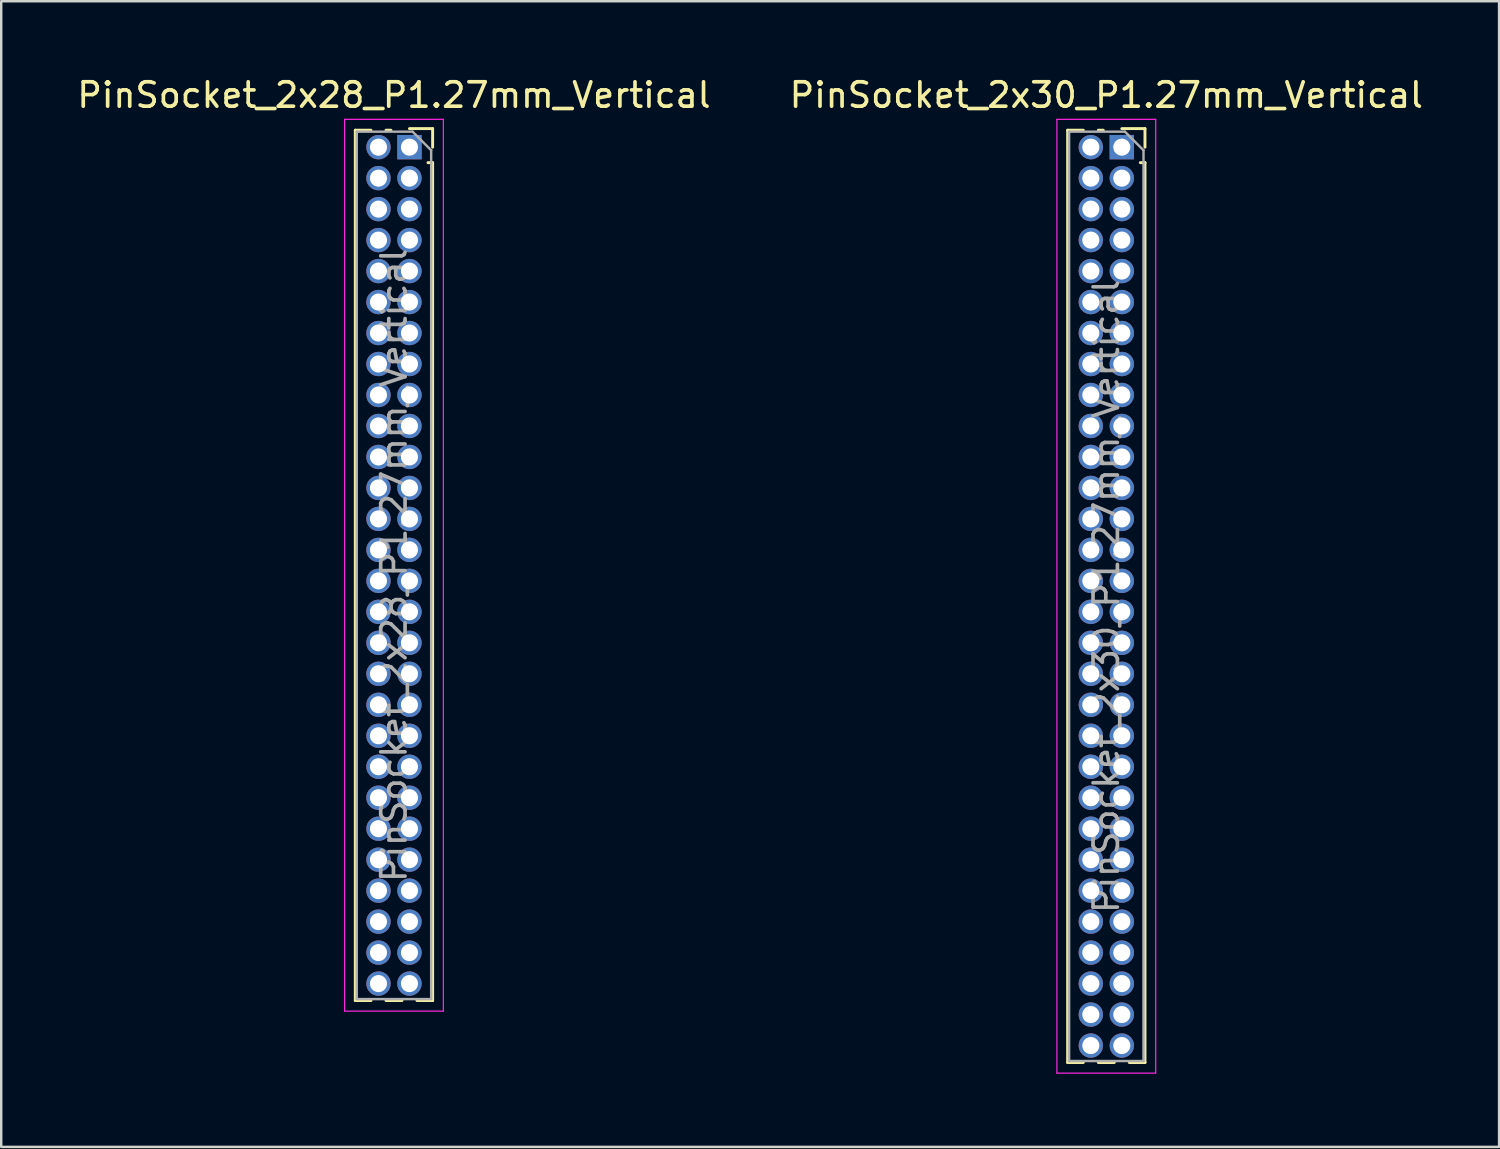
<source format=kicad_pcb>
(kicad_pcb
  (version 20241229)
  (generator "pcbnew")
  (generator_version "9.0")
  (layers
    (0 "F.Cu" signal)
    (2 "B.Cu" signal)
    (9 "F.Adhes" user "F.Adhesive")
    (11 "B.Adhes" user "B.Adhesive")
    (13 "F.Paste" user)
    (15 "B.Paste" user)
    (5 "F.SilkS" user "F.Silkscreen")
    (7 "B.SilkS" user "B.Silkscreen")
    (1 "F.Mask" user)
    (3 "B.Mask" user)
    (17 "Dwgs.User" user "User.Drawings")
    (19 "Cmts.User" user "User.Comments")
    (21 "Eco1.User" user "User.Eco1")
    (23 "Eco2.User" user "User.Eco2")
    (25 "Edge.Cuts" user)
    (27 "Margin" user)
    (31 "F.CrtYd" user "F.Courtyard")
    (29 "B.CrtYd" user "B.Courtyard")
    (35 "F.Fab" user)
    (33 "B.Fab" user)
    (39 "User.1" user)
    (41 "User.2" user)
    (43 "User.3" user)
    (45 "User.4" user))
  (footprint "PinSocket_2x28_P1.27mm_Vertical"
    (layer "F.Cu")
    (at 13.736 2.983)
    (property "Reference" "PinSocket_2x28_P1.27mm_Vertical" (at -0.635 -2.135 0) (layer "F.SilkS") (effects (font (size 1 1) (thickness 0.15))))
    (attr through_hole)
    (fp_line (start -2.22 -0.695) (end -2.22 34.985) (stroke (width 0.12) (type solid)) (layer "F.SilkS"))
    (fp_line (start -2.22 -0.695) (end -1.578 -0.695) (stroke (width 0.12) (type solid)) (layer "F.SilkS"))
    (fp_line (start -2.22 34.985) (end -1.578 34.985) (stroke (width 0.12) (type solid)) (layer "F.SilkS"))
    (fp_line (start -0.962 -0.695) (end -0.76 -0.695) (stroke (width 0.12) (type solid)) (layer "F.SilkS"))
    (fp_line (start -0.962 34.985) (end -0.308 34.985) (stroke (width 0.12) (type solid)) (layer "F.SilkS"))
    (fp_line (start 0 -0.76) (end 0.95 -0.76) (stroke (width 0.12) (type solid)) (layer "F.SilkS"))
    (fp_line (start 0.308 34.985) (end 0.95 34.985) (stroke (width 0.12) (type solid)) (layer "F.SilkS"))
    (fp_line (start 0.76 0.635) (end 0.95 0.635) (stroke (width 0.12) (type solid)) (layer "F.SilkS"))
    (fp_line (start 0.95 -0.76) (end 0.95 0) (stroke (width 0.12) (type solid)) (layer "F.SilkS"))
    (fp_line (start 0.95 0.635) (end 0.95 34.985) (stroke (width 0.12) (type solid)) (layer "F.SilkS"))
    (fp_line (start -2.66 -1.14) (end 1.39 -1.14) (stroke (width 0.05) (type solid)) (layer "F.CrtYd"))
    (fp_line (start -2.66 35.42) (end -2.66 -1.14) (stroke (width 0.05) (type solid)) (layer "F.CrtYd"))
    (fp_line (start 1.39 -1.14) (end 1.39 35.42) (stroke (width 0.05) (type solid)) (layer "F.CrtYd"))
    (fp_line (start 1.39 35.42) (end -2.66 35.42) (stroke (width 0.05) (type solid)) (layer "F.CrtYd"))
    (fp_line (start -2.16 -0.635) (end 0.128 -0.635) (stroke (width 0.1) (type solid)) (layer "F.Fab"))
    (fp_line (start -2.16 34.925) (end -2.16 -0.635) (stroke (width 0.1) (type solid)) (layer "F.Fab"))
    (fp_line (start 0.128 -0.635) (end 0.89 0.127) (stroke (width 0.1) (type solid)) (layer "F.Fab"))
    (fp_line (start 0.89 0.127) (end 0.89 34.925) (stroke (width 0.1) (type solid)) (layer "F.Fab"))
    (fp_line (start 0.89 34.925) (end -2.16 34.925) (stroke (width 0.1) (type solid)) (layer "F.Fab"))
    (fp_text user "${REFERENCE}" (at -0.635 17.145 90) (layer "F.Fab") (effects (font (size 1 1) (thickness 0.15))))
    (pad "1" thru_hole rect (at 0 0) (size 1 1) (drill 0.7) (layers "*.Cu" "*.Mask"))
    (pad "2" thru_hole circle (at -1.27 0) (size 1 1) (drill 0.7) (layers "*.Cu" "*.Mask"))
    (pad "3" thru_hole circle (at 0 1.27) (size 1 1) (drill 0.7) (layers "*.Cu" "*.Mask"))
    (pad "4" thru_hole circle (at -1.27 1.27) (size 1 1) (drill 0.7) (layers "*.Cu" "*.Mask"))
    (pad "5" thru_hole circle (at 0 2.54) (size 1 1) (drill 0.7) (layers "*.Cu" "*.Mask"))
    (pad "6" thru_hole circle (at -1.27 2.54) (size 1 1) (drill 0.7) (layers "*.Cu" "*.Mask"))
    (pad "7" thru_hole circle (at 0 3.81) (size 1 1) (drill 0.7) (layers "*.Cu" "*.Mask"))
    (pad "8" thru_hole circle (at -1.27 3.81) (size 1 1) (drill 0.7) (layers "*.Cu" "*.Mask"))
    (pad "9" thru_hole circle (at 0 5.08) (size 1 1) (drill 0.7) (layers "*.Cu" "*.Mask"))
    (pad "10" thru_hole circle (at -1.27 5.08) (size 1 1) (drill 0.7) (layers "*.Cu" "*.Mask"))
    (pad "11" thru_hole circle (at 0 6.35) (size 1 1) (drill 0.7) (layers "*.Cu" "*.Mask"))
    (pad "12" thru_hole circle (at -1.27 6.35) (size 1 1) (drill 0.7) (layers "*.Cu" "*.Mask"))
    (pad "13" thru_hole circle (at 0 7.62) (size 1 1) (drill 0.7) (layers "*.Cu" "*.Mask"))
    (pad "14" thru_hole circle (at -1.27 7.62) (size 1 1) (drill 0.7) (layers "*.Cu" "*.Mask"))
    (pad "15" thru_hole circle (at 0 8.89) (size 1 1) (drill 0.7) (layers "*.Cu" "*.Mask"))
    (pad "16" thru_hole circle (at -1.27 8.89) (size 1 1) (drill 0.7) (layers "*.Cu" "*.Mask"))
    (pad "17" thru_hole circle (at 0 10.16) (size 1 1) (drill 0.7) (layers "*.Cu" "*.Mask"))
    (pad "18" thru_hole circle (at -1.27 10.16) (size 1 1) (drill 0.7) (layers "*.Cu" "*.Mask"))
    (pad "19" thru_hole circle (at 0 11.43) (size 1 1) (drill 0.7) (layers "*.Cu" "*.Mask"))
    (pad "20" thru_hole circle (at -1.27 11.43) (size 1 1) (drill 0.7) (layers "*.Cu" "*.Mask"))
    (pad "21" thru_hole circle (at 0 12.7) (size 1 1) (drill 0.7) (layers "*.Cu" "*.Mask"))
    (pad "22" thru_hole circle (at -1.27 12.7) (size 1 1) (drill 0.7) (layers "*.Cu" "*.Mask"))
    (pad "23" thru_hole circle (at 0 13.97) (size 1 1) (drill 0.7) (layers "*.Cu" "*.Mask"))
    (pad "24" thru_hole circle (at -1.27 13.97) (size 1 1) (drill 0.7) (layers "*.Cu" "*.Mask"))
    (pad "25" thru_hole circle (at 0 15.24) (size 1 1) (drill 0.7) (layers "*.Cu" "*.Mask"))
    (pad "26" thru_hole circle (at -1.27 15.24) (size 1 1) (drill 0.7) (layers "*.Cu" "*.Mask"))
    (pad "27" thru_hole circle (at 0 16.51) (size 1 1) (drill 0.7) (layers "*.Cu" "*.Mask"))
    (pad "28" thru_hole circle (at -1.27 16.51) (size 1 1) (drill 0.7) (layers "*.Cu" "*.Mask"))
    (pad "29" thru_hole circle (at 0 17.78) (size 1 1) (drill 0.7) (layers "*.Cu" "*.Mask"))
    (pad "30" thru_hole circle (at -1.27 17.78) (size 1 1) (drill 0.7) (layers "*.Cu" "*.Mask"))
    (pad "31" thru_hole circle (at 0 19.05) (size 1 1) (drill 0.7) (layers "*.Cu" "*.Mask"))
    (pad "32" thru_hole circle (at -1.27 19.05) (size 1 1) (drill 0.7) (layers "*.Cu" "*.Mask"))
    (pad "33" thru_hole circle (at 0 20.32) (size 1 1) (drill 0.7) (layers "*.Cu" "*.Mask"))
    (pad "34" thru_hole circle (at -1.27 20.32) (size 1 1) (drill 0.7) (layers "*.Cu" "*.Mask"))
    (pad "35" thru_hole circle (at 0 21.59) (size 1 1) (drill 0.7) (layers "*.Cu" "*.Mask"))
    (pad "36" thru_hole circle (at -1.27 21.59) (size 1 1) (drill 0.7) (layers "*.Cu" "*.Mask"))
    (pad "37" thru_hole circle (at 0 22.86) (size 1 1) (drill 0.7) (layers "*.Cu" "*.Mask"))
    (pad "38" thru_hole circle (at -1.27 22.86) (size 1 1) (drill 0.7) (layers "*.Cu" "*.Mask"))
    (pad "39" thru_hole circle (at 0 24.13) (size 1 1) (drill 0.7) (layers "*.Cu" "*.Mask"))
    (pad "40" thru_hole circle (at -1.27 24.13) (size 1 1) (drill 0.7) (layers "*.Cu" "*.Mask"))
    (pad "41" thru_hole circle (at 0 25.4) (size 1 1) (drill 0.7) (layers "*.Cu" "*.Mask"))
    (pad "42" thru_hole circle (at -1.27 25.4) (size 1 1) (drill 0.7) (layers "*.Cu" "*.Mask"))
    (pad "43" thru_hole circle (at 0 26.67) (size 1 1) (drill 0.7) (layers "*.Cu" "*.Mask"))
    (pad "44" thru_hole circle (at -1.27 26.67) (size 1 1) (drill 0.7) (layers "*.Cu" "*.Mask"))
    (pad "45" thru_hole circle (at 0 27.94) (size 1 1) (drill 0.7) (layers "*.Cu" "*.Mask"))
    (pad "46" thru_hole circle (at -1.27 27.94) (size 1 1) (drill 0.7) (layers "*.Cu" "*.Mask"))
    (pad "47" thru_hole circle (at 0 29.21) (size 1 1) (drill 0.7) (layers "*.Cu" "*.Mask"))
    (pad "48" thru_hole circle (at -1.27 29.21) (size 1 1) (drill 0.7) (layers "*.Cu" "*.Mask"))
    (pad "49" thru_hole circle (at 0 30.48) (size 1 1) (drill 0.7) (layers "*.Cu" "*.Mask"))
    (pad "50" thru_hole circle (at -1.27 30.48) (size 1 1) (drill 0.7) (layers "*.Cu" "*.Mask"))
    (pad "51" thru_hole circle (at 0 31.75) (size 1 1) (drill 0.7) (layers "*.Cu" "*.Mask"))
    (pad "52" thru_hole circle (at -1.27 31.75) (size 1 1) (drill 0.7) (layers "*.Cu" "*.Mask"))
    (pad "53" thru_hole circle (at 0 33.02) (size 1 1) (drill 0.7) (layers "*.Cu" "*.Mask"))
    (pad "54" thru_hole circle (at -1.27 33.02) (size 1 1) (drill 0.7) (layers "*.Cu" "*.Mask"))
    (pad "55" thru_hole circle (at 0 34.29) (size 1 1) (drill 0.7) (layers "*.Cu" "*.Mask"))
    (pad "56" thru_hole circle (at -1.27 34.29) (size 1 1) (drill 0.7) (layers "*.Cu" "*.Mask")))
  (footprint "PinSocket_2x30_P1.27mm_Vertical"
    (layer "F.Cu")
    (at 42.939 2.983)
    (property "Reference" "PinSocket_2x30_P1.27mm_Vertical" (at -0.635 -2.135 0) (layer "F.SilkS") (effects (font (size 1 1) (thickness 0.15))))
    (attr through_hole)
    (fp_line (start -2.22 -0.695) (end -2.22 37.525) (stroke (width 0.12) (type solid)) (layer "F.SilkS"))
    (fp_line (start -2.22 -0.695) (end -1.578 -0.695) (stroke (width 0.12) (type solid)) (layer "F.SilkS"))
    (fp_line (start -2.22 37.525) (end -1.578 37.525) (stroke (width 0.12) (type solid)) (layer "F.SilkS"))
    (fp_line (start -0.962 -0.695) (end -0.76 -0.695) (stroke (width 0.12) (type solid)) (layer "F.SilkS"))
    (fp_line (start -0.962 37.525) (end -0.308 37.525) (stroke (width 0.12) (type solid)) (layer "F.SilkS"))
    (fp_line (start 0 -0.76) (end 0.95 -0.76) (stroke (width 0.12) (type solid)) (layer "F.SilkS"))
    (fp_line (start 0.308 37.525) (end 0.95 37.525) (stroke (width 0.12) (type solid)) (layer "F.SilkS"))
    (fp_line (start 0.76 0.635) (end 0.95 0.635) (stroke (width 0.12) (type solid)) (layer "F.SilkS"))
    (fp_line (start 0.95 -0.76) (end 0.95 0) (stroke (width 0.12) (type solid)) (layer "F.SilkS"))
    (fp_line (start 0.95 0.635) (end 0.95 37.525) (stroke (width 0.12) (type solid)) (layer "F.SilkS"))
    (fp_line (start -2.66 -1.14) (end 1.39 -1.14) (stroke (width 0.05) (type solid)) (layer "F.CrtYd"))
    (fp_line (start -2.66 37.96) (end -2.66 -1.14) (stroke (width 0.05) (type solid)) (layer "F.CrtYd"))
    (fp_line (start 1.39 -1.14) (end 1.39 37.96) (stroke (width 0.05) (type solid)) (layer "F.CrtYd"))
    (fp_line (start 1.39 37.96) (end -2.66 37.96) (stroke (width 0.05) (type solid)) (layer "F.CrtYd"))
    (fp_line (start -2.16 -0.635) (end 0.128 -0.635) (stroke (width 0.1) (type solid)) (layer "F.Fab"))
    (fp_line (start -2.16 37.465) (end -2.16 -0.635) (stroke (width 0.1) (type solid)) (layer "F.Fab"))
    (fp_line (start 0.128 -0.635) (end 0.89 0.127) (stroke (width 0.1) (type solid)) (layer "F.Fab"))
    (fp_line (start 0.89 0.127) (end 0.89 37.465) (stroke (width 0.1) (type solid)) (layer "F.Fab"))
    (fp_line (start 0.89 37.465) (end -2.16 37.465) (stroke (width 0.1) (type solid)) (layer "F.Fab"))
    (fp_text user "${REFERENCE}" (at -0.635 18.415 90) (layer "F.Fab") (effects (font (size 1 1) (thickness 0.15))))
    (pad "1" thru_hole rect (at 0 0) (size 1 1) (drill 0.7) (layers "*.Cu" "*.Mask"))
    (pad "2" thru_hole circle (at -1.27 0) (size 1 1) (drill 0.7) (layers "*.Cu" "*.Mask"))
    (pad "3" thru_hole circle (at 0 1.27) (size 1 1) (drill 0.7) (layers "*.Cu" "*.Mask"))
    (pad "4" thru_hole circle (at -1.27 1.27) (size 1 1) (drill 0.7) (layers "*.Cu" "*.Mask"))
    (pad "5" thru_hole circle (at 0 2.54) (size 1 1) (drill 0.7) (layers "*.Cu" "*.Mask"))
    (pad "6" thru_hole circle (at -1.27 2.54) (size 1 1) (drill 0.7) (layers "*.Cu" "*.Mask"))
    (pad "7" thru_hole circle (at 0 3.81) (size 1 1) (drill 0.7) (layers "*.Cu" "*.Mask"))
    (pad "8" thru_hole circle (at -1.27 3.81) (size 1 1) (drill 0.7) (layers "*.Cu" "*.Mask"))
    (pad "9" thru_hole circle (at 0 5.08) (size 1 1) (drill 0.7) (layers "*.Cu" "*.Mask"))
    (pad "10" thru_hole circle (at -1.27 5.08) (size 1 1) (drill 0.7) (layers "*.Cu" "*.Mask"))
    (pad "11" thru_hole circle (at 0 6.35) (size 1 1) (drill 0.7) (layers "*.Cu" "*.Mask"))
    (pad "12" thru_hole circle (at -1.27 6.35) (size 1 1) (drill 0.7) (layers "*.Cu" "*.Mask"))
    (pad "13" thru_hole circle (at 0 7.62) (size 1 1) (drill 0.7) (layers "*.Cu" "*.Mask"))
    (pad "14" thru_hole circle (at -1.27 7.62) (size 1 1) (drill 0.7) (layers "*.Cu" "*.Mask"))
    (pad "15" thru_hole circle (at 0 8.89) (size 1 1) (drill 0.7) (layers "*.Cu" "*.Mask"))
    (pad "16" thru_hole circle (at -1.27 8.89) (size 1 1) (drill 0.7) (layers "*.Cu" "*.Mask"))
    (pad "17" thru_hole circle (at 0 10.16) (size 1 1) (drill 0.7) (layers "*.Cu" "*.Mask"))
    (pad "18" thru_hole circle (at -1.27 10.16) (size 1 1) (drill 0.7) (layers "*.Cu" "*.Mask"))
    (pad "19" thru_hole circle (at 0 11.43) (size 1 1) (drill 0.7) (layers "*.Cu" "*.Mask"))
    (pad "20" thru_hole circle (at -1.27 11.43) (size 1 1) (drill 0.7) (layers "*.Cu" "*.Mask"))
    (pad "21" thru_hole circle (at 0 12.7) (size 1 1) (drill 0.7) (layers "*.Cu" "*.Mask"))
    (pad "22" thru_hole circle (at -1.27 12.7) (size 1 1) (drill 0.7) (layers "*.Cu" "*.Mask"))
    (pad "23" thru_hole circle (at 0 13.97) (size 1 1) (drill 0.7) (layers "*.Cu" "*.Mask"))
    (pad "24" thru_hole circle (at -1.27 13.97) (size 1 1) (drill 0.7) (layers "*.Cu" "*.Mask"))
    (pad "25" thru_hole circle (at 0 15.24) (size 1 1) (drill 0.7) (layers "*.Cu" "*.Mask"))
    (pad "26" thru_hole circle (at -1.27 15.24) (size 1 1) (drill 0.7) (layers "*.Cu" "*.Mask"))
    (pad "27" thru_hole circle (at 0 16.51) (size 1 1) (drill 0.7) (layers "*.Cu" "*.Mask"))
    (pad "28" thru_hole circle (at -1.27 16.51) (size 1 1) (drill 0.7) (layers "*.Cu" "*.Mask"))
    (pad "29" thru_hole circle (at 0 17.78) (size 1 1) (drill 0.7) (layers "*.Cu" "*.Mask"))
    (pad "30" thru_hole circle (at -1.27 17.78) (size 1 1) (drill 0.7) (layers "*.Cu" "*.Mask"))
    (pad "31" thru_hole circle (at 0 19.05) (size 1 1) (drill 0.7) (layers "*.Cu" "*.Mask"))
    (pad "32" thru_hole circle (at -1.27 19.05) (size 1 1) (drill 0.7) (layers "*.Cu" "*.Mask"))
    (pad "33" thru_hole circle (at 0 20.32) (size 1 1) (drill 0.7) (layers "*.Cu" "*.Mask"))
    (pad "34" thru_hole circle (at -1.27 20.32) (size 1 1) (drill 0.7) (layers "*.Cu" "*.Mask"))
    (pad "35" thru_hole circle (at 0 21.59) (size 1 1) (drill 0.7) (layers "*.Cu" "*.Mask"))
    (pad "36" thru_hole circle (at -1.27 21.59) (size 1 1) (drill 0.7) (layers "*.Cu" "*.Mask"))
    (pad "37" thru_hole circle (at 0 22.86) (size 1 1) (drill 0.7) (layers "*.Cu" "*.Mask"))
    (pad "38" thru_hole circle (at -1.27 22.86) (size 1 1) (drill 0.7) (layers "*.Cu" "*.Mask"))
    (pad "39" thru_hole circle (at 0 24.13) (size 1 1) (drill 0.7) (layers "*.Cu" "*.Mask"))
    (pad "40" thru_hole circle (at -1.27 24.13) (size 1 1) (drill 0.7) (layers "*.Cu" "*.Mask"))
    (pad "41" thru_hole circle (at 0 25.4) (size 1 1) (drill 0.7) (layers "*.Cu" "*.Mask"))
    (pad "42" thru_hole circle (at -1.27 25.4) (size 1 1) (drill 0.7) (layers "*.Cu" "*.Mask"))
    (pad "43" thru_hole circle (at 0 26.67) (size 1 1) (drill 0.7) (layers "*.Cu" "*.Mask"))
    (pad "44" thru_hole circle (at -1.27 26.67) (size 1 1) (drill 0.7) (layers "*.Cu" "*.Mask"))
    (pad "45" thru_hole circle (at 0 27.94) (size 1 1) (drill 0.7) (layers "*.Cu" "*.Mask"))
    (pad "46" thru_hole circle (at -1.27 27.94) (size 1 1) (drill 0.7) (layers "*.Cu" "*.Mask"))
    (pad "47" thru_hole circle (at 0 29.21) (size 1 1) (drill 0.7) (layers "*.Cu" "*.Mask"))
    (pad "48" thru_hole circle (at -1.27 29.21) (size 1 1) (drill 0.7) (layers "*.Cu" "*.Mask"))
    (pad "49" thru_hole circle (at 0 30.48) (size 1 1) (drill 0.7) (layers "*.Cu" "*.Mask"))
    (pad "50" thru_hole circle (at -1.27 30.48) (size 1 1) (drill 0.7) (layers "*.Cu" "*.Mask"))
    (pad "51" thru_hole circle (at 0 31.75) (size 1 1) (drill 0.7) (layers "*.Cu" "*.Mask"))
    (pad "52" thru_hole circle (at -1.27 31.75) (size 1 1) (drill 0.7) (layers "*.Cu" "*.Mask"))
    (pad "53" thru_hole circle (at 0 33.02) (size 1 1) (drill 0.7) (layers "*.Cu" "*.Mask"))
    (pad "54" thru_hole circle (at -1.27 33.02) (size 1 1) (drill 0.7) (layers "*.Cu" "*.Mask"))
    (pad "55" thru_hole circle (at 0 34.29) (size 1 1) (drill 0.7) (layers "*.Cu" "*.Mask"))
    (pad "56" thru_hole circle (at -1.27 34.29) (size 1 1) (drill 0.7) (layers "*.Cu" "*.Mask"))
    (pad "57" thru_hole circle (at 0 35.56) (size 1 1) (drill 0.7) (layers "*.Cu" "*.Mask"))
    (pad "58" thru_hole circle (at -1.27 35.56) (size 1 1) (drill 0.7) (layers "*.Cu" "*.Mask"))
    (pad "59" thru_hole circle (at 0 36.83) (size 1 1) (drill 0.7) (layers "*.Cu" "*.Mask"))
    (pad "60" thru_hole circle (at -1.27 36.83) (size 1 1) (drill 0.7) (layers "*.Cu" "*.Mask")))
  (gr_rect
    (start -3 -3)
    (end 58.405 43.968)
    (stroke (width 0.1) (type default))
    (fill no)
    (layer "Edge.Cuts")))
</source>
